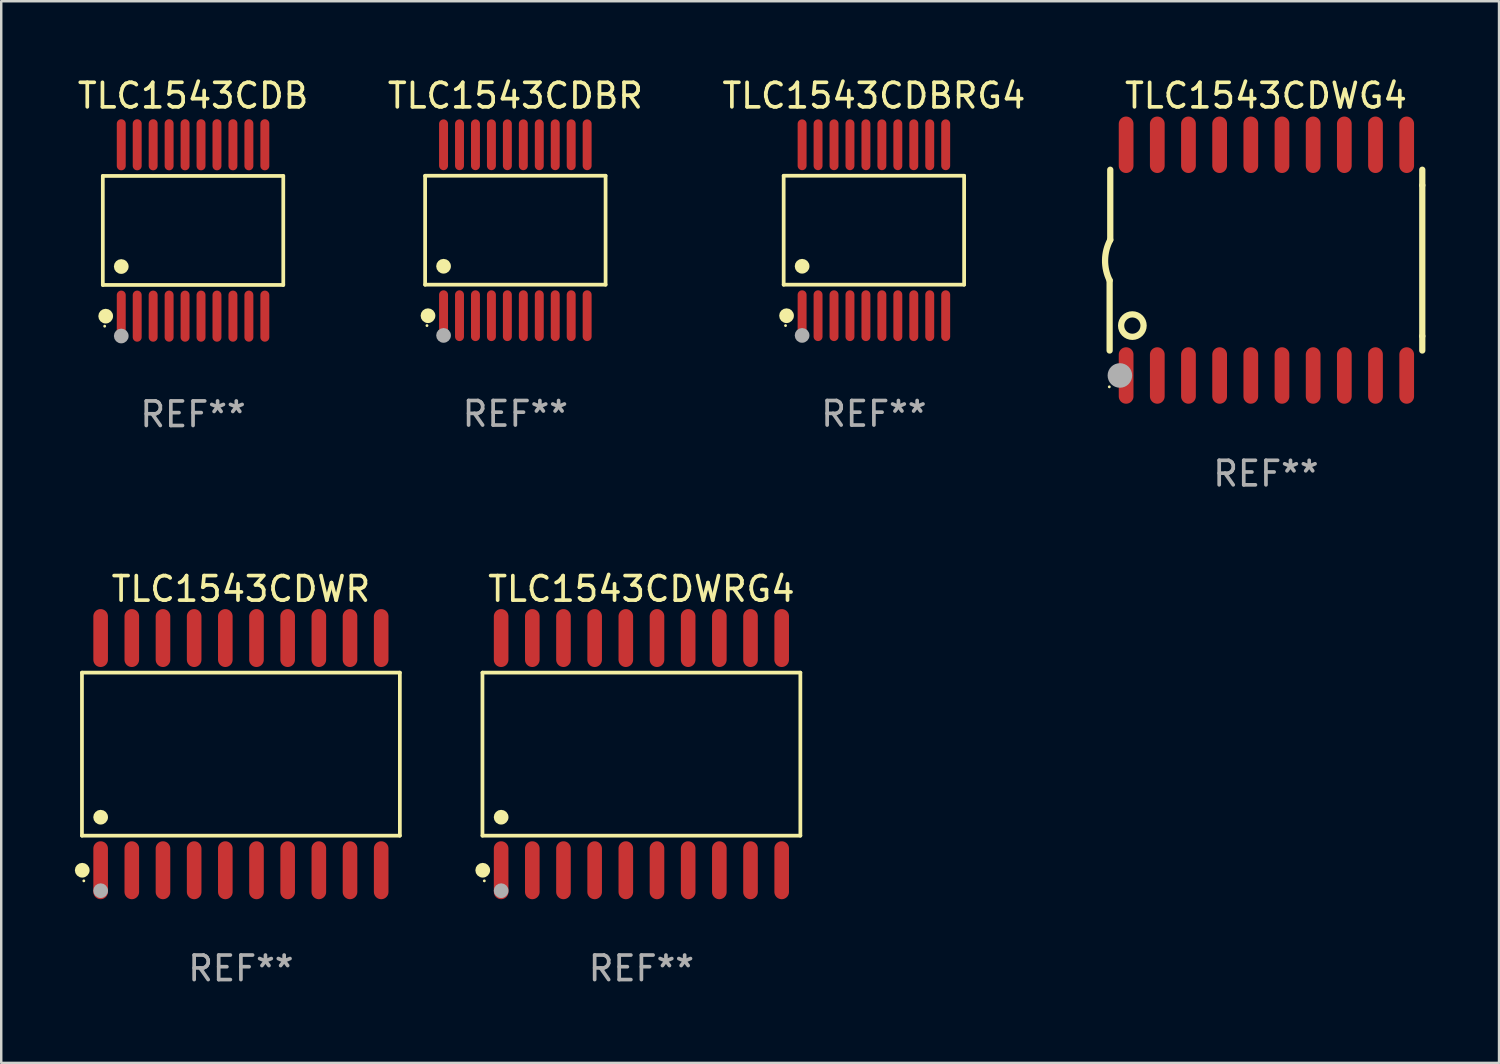
<source format=kicad_pcb>
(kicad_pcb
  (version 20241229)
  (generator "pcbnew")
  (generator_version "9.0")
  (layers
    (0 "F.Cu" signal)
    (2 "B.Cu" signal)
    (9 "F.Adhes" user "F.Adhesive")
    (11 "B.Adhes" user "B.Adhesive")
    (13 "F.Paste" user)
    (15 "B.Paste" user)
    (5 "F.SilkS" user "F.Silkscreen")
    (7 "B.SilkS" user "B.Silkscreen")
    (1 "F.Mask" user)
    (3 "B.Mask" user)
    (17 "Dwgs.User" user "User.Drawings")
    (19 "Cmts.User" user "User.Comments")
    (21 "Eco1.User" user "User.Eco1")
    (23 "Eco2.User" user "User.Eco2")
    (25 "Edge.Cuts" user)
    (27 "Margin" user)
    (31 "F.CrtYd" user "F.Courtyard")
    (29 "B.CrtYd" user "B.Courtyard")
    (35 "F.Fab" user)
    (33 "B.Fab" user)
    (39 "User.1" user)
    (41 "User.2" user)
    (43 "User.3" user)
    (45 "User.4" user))
  (footprint "TLC1543CDBRG4"
    (layer "F.Cu")
    (at 32.554 6.33)
    (property "Reference" "TLC1543CDBRG4" (at 0 -5.482 0) (layer "F.SilkS") (effects (font (size 1 1) (thickness 0.15))))
    (attr through_hole)
    (fp_line (start -3.676 -2.219) (end 3.676 -2.219) (stroke (width 0.152) (type solid)) (layer "F.SilkS"))
    (fp_line (start -3.676 2.219) (end -3.676 -2.219) (stroke (width 0.152) (type solid)) (layer "F.SilkS"))
    (fp_line (start 3.676 -2.219) (end 3.676 2.219) (stroke (width 0.152) (type solid)) (layer "F.SilkS"))
    (fp_line (start 3.676 2.219) (end -3.676 2.219) (stroke (width 0.152) (type solid)) (layer "F.SilkS"))
    (fp_circle (center -3.6 3.885) (end -3.57 3.885) (stroke (width 0.06) (type solid)) (fill no) (layer "F.SilkS"))
    (fp_circle (center -3.559 3.482) (end -3.409 3.482) (stroke (width 0.3) (type solid)) (fill no) (layer "F.SilkS"))
    (fp_circle (center -2.925 1.467) (end -2.775 1.467) (stroke (width 0.3) (type solid)) (fill no) (layer "F.SilkS"))
    (fp_circle (center -2.925 4.285) (end -2.775 4.285) (stroke (width 0.3) (type solid)) (fill no) (layer "F.Fab"))
    (fp_text user "REF**" (at 0 7.482 0) (layer "F.Fab") (effects (font (size 1 1) (thickness 0.15))))
    (pad "1" smd oval (at -2.925 3.482) (size 0.364 2.069) (layers "F.Cu" "F.Mask" "F.Paste"))
    (pad "2" smd oval (at -2.275 3.482) (size 0.364 2.069) (layers "F.Cu" "F.Mask" "F.Paste"))
    (pad "3" smd oval (at -1.625 3.482) (size 0.364 2.069) (layers "F.Cu" "F.Mask" "F.Paste"))
    (pad "4" smd oval (at -0.975 3.482) (size 0.364 2.069) (layers "F.Cu" "F.Mask" "F.Paste"))
    (pad "5" smd oval (at -0.325 3.482) (size 0.364 2.069) (layers "F.Cu" "F.Mask" "F.Paste"))
    (pad "6" smd oval (at 0.325 3.482) (size 0.364 2.069) (layers "F.Cu" "F.Mask" "F.Paste"))
    (pad "7" smd oval (at 0.975 3.482) (size 0.364 2.069) (layers "F.Cu" "F.Mask" "F.Paste"))
    (pad "8" smd oval (at 1.625 3.482) (size 0.364 2.069) (layers "F.Cu" "F.Mask" "F.Paste"))
    (pad "9" smd oval (at 2.275 3.482) (size 0.364 2.069) (layers "F.Cu" "F.Mask" "F.Paste"))
    (pad "10" smd oval (at 2.925 3.482) (size 0.364 2.069) (layers "F.Cu" "F.Mask" "F.Paste"))
    (pad "11" smd oval (at 2.925 -3.482) (size 0.364 2.069) (layers "F.Cu" "F.Mask" "F.Paste"))
    (pad "12" smd oval (at 2.275 -3.482) (size 0.364 2.069) (layers "F.Cu" "F.Mask" "F.Paste"))
    (pad "13" smd oval (at 1.625 -3.482) (size 0.364 2.069) (layers "F.Cu" "F.Mask" "F.Paste"))
    (pad "14" smd oval (at 0.975 -3.482) (size 0.364 2.069) (layers "F.Cu" "F.Mask" "F.Paste"))
    (pad "15" smd oval (at 0.325 -3.482) (size 0.364 2.069) (layers "F.Cu" "F.Mask" "F.Paste"))
    (pad "16" smd oval (at -0.325 -3.482) (size 0.364 2.069) (layers "F.Cu" "F.Mask" "F.Paste"))
    (pad "17" smd oval (at -0.975 -3.482) (size 0.364 2.069) (layers "F.Cu" "F.Mask" "F.Paste"))
    (pad "18" smd oval (at -1.625 -3.482) (size 0.364 2.069) (layers "F.Cu" "F.Mask" "F.Paste"))
    (pad "19" smd oval (at -2.275 -3.482) (size 0.364 2.069) (layers "F.Cu" "F.Mask" "F.Paste"))
    (pad "20" smd oval (at -2.925 -3.482) (size 0.364 2.069) (layers "F.Cu" "F.Mask" "F.Paste")))
  (footprint "TLC1543CDBR"
    (layer "F.Cu")
    (at 17.946 6.33)
    (property "Reference" "TLC1543CDBR" (at 0 -5.482 0) (layer "F.SilkS") (effects (font (size 1 1) (thickness 0.15))))
    (attr through_hole)
    (fp_line (start -3.676 -2.219) (end 3.676 -2.219) (stroke (width 0.152) (type solid)) (layer "F.SilkS"))
    (fp_line (start -3.676 2.219) (end -3.676 -2.219) (stroke (width 0.152) (type solid)) (layer "F.SilkS"))
    (fp_line (start 3.676 -2.219) (end 3.676 2.219) (stroke (width 0.152) (type solid)) (layer "F.SilkS"))
    (fp_line (start 3.676 2.219) (end -3.676 2.219) (stroke (width 0.152) (type solid)) (layer "F.SilkS"))
    (fp_circle (center -3.6 3.885) (end -3.57 3.885) (stroke (width 0.06) (type solid)) (fill no) (layer "F.SilkS"))
    (fp_circle (center -3.559 3.482) (end -3.409 3.482) (stroke (width 0.3) (type solid)) (fill no) (layer "F.SilkS"))
    (fp_circle (center -2.925 1.467) (end -2.775 1.467) (stroke (width 0.3) (type solid)) (fill no) (layer "F.SilkS"))
    (fp_circle (center -2.925 4.285) (end -2.775 4.285) (stroke (width 0.3) (type solid)) (fill no) (layer "F.Fab"))
    (fp_text user "REF**" (at 0 7.482 0) (layer "F.Fab") (effects (font (size 1 1) (thickness 0.15))))
    (pad "1" smd oval (at -2.925 3.482) (size 0.364 2.069) (layers "F.Cu" "F.Mask" "F.Paste"))
    (pad "2" smd oval (at -2.275 3.482) (size 0.364 2.069) (layers "F.Cu" "F.Mask" "F.Paste"))
    (pad "3" smd oval (at -1.625 3.482) (size 0.364 2.069) (layers "F.Cu" "F.Mask" "F.Paste"))
    (pad "4" smd oval (at -0.975 3.482) (size 0.364 2.069) (layers "F.Cu" "F.Mask" "F.Paste"))
    (pad "5" smd oval (at -0.325 3.482) (size 0.364 2.069) (layers "F.Cu" "F.Mask" "F.Paste"))
    (pad "6" smd oval (at 0.325 3.482) (size 0.364 2.069) (layers "F.Cu" "F.Mask" "F.Paste"))
    (pad "7" smd oval (at 0.975 3.482) (size 0.364 2.069) (layers "F.Cu" "F.Mask" "F.Paste"))
    (pad "8" smd oval (at 1.625 3.482) (size 0.364 2.069) (layers "F.Cu" "F.Mask" "F.Paste"))
    (pad "9" smd oval (at 2.275 3.482) (size 0.364 2.069) (layers "F.Cu" "F.Mask" "F.Paste"))
    (pad "10" smd oval (at 2.925 3.482) (size 0.364 2.069) (layers "F.Cu" "F.Mask" "F.Paste"))
    (pad "11" smd oval (at 2.925 -3.482) (size 0.364 2.069) (layers "F.Cu" "F.Mask" "F.Paste"))
    (pad "12" smd oval (at 2.275 -3.482) (size 0.364 2.069) (layers "F.Cu" "F.Mask" "F.Paste"))
    (pad "13" smd oval (at 1.625 -3.482) (size 0.364 2.069) (layers "F.Cu" "F.Mask" "F.Paste"))
    (pad "14" smd oval (at 0.975 -3.482) (size 0.364 2.069) (layers "F.Cu" "F.Mask" "F.Paste"))
    (pad "15" smd oval (at 0.325 -3.482) (size 0.364 2.069) (layers "F.Cu" "F.Mask" "F.Paste"))
    (pad "16" smd oval (at -0.325 -3.482) (size 0.364 2.069) (layers "F.Cu" "F.Mask" "F.Paste"))
    (pad "17" smd oval (at -0.975 -3.482) (size 0.364 2.069) (layers "F.Cu" "F.Mask" "F.Paste"))
    (pad "18" smd oval (at -1.625 -3.482) (size 0.364 2.069) (layers "F.Cu" "F.Mask" "F.Paste"))
    (pad "19" smd oval (at -2.275 -3.482) (size 0.364 2.069) (layers "F.Cu" "F.Mask" "F.Paste"))
    (pad "20" smd oval (at -2.925 -3.482) (size 0.364 2.069) (layers "F.Cu" "F.Mask" "F.Paste")))
  (footprint "TLC1543CDWRG4"
    (layer "F.Cu")
    (at 23.082 27.675)
    (property "Reference" "TLC1543CDWRG4" (at 0 -6.73 0) (layer "F.SilkS") (effects (font (size 1 1) (thickness 0.15))))
    (attr through_hole)
    (fp_line (start -6.476 -3.321) (end 6.476 -3.321) (stroke (width 0.152) (type solid)) (layer "F.SilkS"))
    (fp_line (start -6.476 3.321) (end -6.476 -3.321) (stroke (width 0.152) (type solid)) (layer "F.SilkS"))
    (fp_line (start 6.476 -3.321) (end 6.476 3.321) (stroke (width 0.152) (type solid)) (layer "F.SilkS"))
    (fp_line (start 6.476 3.321) (end -6.476 3.321) (stroke (width 0.152) (type solid)) (layer "F.SilkS"))
    (fp_circle (center -6.465 4.73) (end -6.315 4.73) (stroke (width 0.3) (type solid)) (fill no) (layer "F.SilkS"))
    (fp_circle (center -6.4 5.163) (end -6.37 5.163) (stroke (width 0.06) (type solid)) (fill no) (layer "F.SilkS"))
    (fp_circle (center -5.715 2.569) (end -5.565 2.569) (stroke (width 0.3) (type solid)) (fill no) (layer "F.SilkS"))
    (fp_circle (center -5.715 5.563) (end -5.565 5.563) (stroke (width 0.3) (type solid)) (fill no) (layer "F.Fab"))
    (fp_text user "REF**" (at 0 8.73 0) (layer "F.Fab") (effects (font (size 1 1) (thickness 0.15))))
    (pad "1" smd oval (at -5.715 4.73) (size 0.595 2.36) (layers "F.Cu" "F.Mask" "F.Paste"))
    (pad "2" smd oval (at -4.445 4.73) (size 0.595 2.36) (layers "F.Cu" "F.Mask" "F.Paste"))
    (pad "3" smd oval (at -3.175 4.73) (size 0.595 2.36) (layers "F.Cu" "F.Mask" "F.Paste"))
    (pad "4" smd oval (at -1.905 4.73) (size 0.595 2.36) (layers "F.Cu" "F.Mask" "F.Paste"))
    (pad "5" smd oval (at -0.635 4.73) (size 0.595 2.36) (layers "F.Cu" "F.Mask" "F.Paste"))
    (pad "6" smd oval (at 0.635 4.73) (size 0.595 2.36) (layers "F.Cu" "F.Mask" "F.Paste"))
    (pad "7" smd oval (at 1.905 4.73) (size 0.595 2.36) (layers "F.Cu" "F.Mask" "F.Paste"))
    (pad "8" smd oval (at 3.175 4.73) (size 0.595 2.36) (layers "F.Cu" "F.Mask" "F.Paste"))
    (pad "9" smd oval (at 4.445 4.73) (size 0.595 2.36) (layers "F.Cu" "F.Mask" "F.Paste"))
    (pad "10" smd oval (at 5.715 4.73) (size 0.595 2.36) (layers "F.Cu" "F.Mask" "F.Paste"))
    (pad "11" smd oval (at 5.715 -4.73) (size 0.595 2.36) (layers "F.Cu" "F.Mask" "F.Paste"))
    (pad "12" smd oval (at 4.445 -4.73) (size 0.595 2.36) (layers "F.Cu" "F.Mask" "F.Paste"))
    (pad "13" smd oval (at 3.175 -4.73) (size 0.595 2.36) (layers "F.Cu" "F.Mask" "F.Paste"))
    (pad "14" smd oval (at 1.905 -4.73) (size 0.595 2.36) (layers "F.Cu" "F.Mask" "F.Paste"))
    (pad "15" smd oval (at 0.635 -4.73) (size 0.595 2.36) (layers "F.Cu" "F.Mask" "F.Paste"))
    (pad "16" smd oval (at -0.635 -4.73) (size 0.595 2.36) (layers "F.Cu" "F.Mask" "F.Paste"))
    (pad "17" smd oval (at -1.905 -4.73) (size 0.595 2.36) (layers "F.Cu" "F.Mask" "F.Paste"))
    (pad "18" smd oval (at -3.175 -4.73) (size 0.595 2.36) (layers "F.Cu" "F.Mask" "F.Paste"))
    (pad "19" smd oval (at -4.445 -4.73) (size 0.595 2.36) (layers "F.Cu" "F.Mask" "F.Paste"))
    (pad "20" smd oval (at -5.715 -4.73) (size 0.595 2.36) (layers "F.Cu" "F.Mask" "F.Paste")))
  (footprint "TLC1543CDB"
    (layer "F.Cu")
    (at 4.815 6.339)
    (property "Reference" "TLC1543CDB" (at 0 -5.491 0) (layer "F.SilkS") (effects (font (size 1 1) (thickness 0.15))))
    (attr through_hole)
    (fp_line (start -3.676 -2.221) (end 3.676 -2.221) (stroke (width 0.152) (type solid)) (layer "F.SilkS"))
    (fp_line (start -3.676 2.221) (end -3.676 -2.221) (stroke (width 0.152) (type solid)) (layer "F.SilkS"))
    (fp_line (start 3.676 -2.221) (end 3.676 2.221) (stroke (width 0.152) (type solid)) (layer "F.SilkS"))
    (fp_line (start 3.676 2.221) (end -3.676 2.221) (stroke (width 0.152) (type solid)) (layer "F.SilkS"))
    (fp_circle (center -3.6 3.9) (end -3.57 3.9) (stroke (width 0.06) (type solid)) (fill no) (layer "F.SilkS"))
    (fp_circle (center -3.559 3.491) (end -3.409 3.491) (stroke (width 0.3) (type solid)) (fill no) (layer "F.SilkS"))
    (fp_circle (center -2.925 1.469) (end -2.775 1.469) (stroke (width 0.3) (type solid)) (fill no) (layer "F.SilkS"))
    (fp_circle (center -2.925 4.3) (end -2.775 4.3) (stroke (width 0.3) (type solid)) (fill no) (layer "F.Fab"))
    (fp_text user "REF**" (at 0 7.491 0) (layer "F.Fab") (effects (font (size 1 1) (thickness 0.15))))
    (pad "1" smd oval (at -2.925 3.491) (size 0.364 2.082) (layers "F.Cu" "F.Mask" "F.Paste"))
    (pad "2" smd oval (at -2.275 3.491) (size 0.364 2.082) (layers "F.Cu" "F.Mask" "F.Paste"))
    (pad "3" smd oval (at -1.625 3.491) (size 0.364 2.082) (layers "F.Cu" "F.Mask" "F.Paste"))
    (pad "4" smd oval (at -0.975 3.491) (size 0.364 2.082) (layers "F.Cu" "F.Mask" "F.Paste"))
    (pad "5" smd oval (at -0.325 3.491) (size 0.364 2.082) (layers "F.Cu" "F.Mask" "F.Paste"))
    (pad "6" smd oval (at 0.325 3.491) (size 0.364 2.082) (layers "F.Cu" "F.Mask" "F.Paste"))
    (pad "7" smd oval (at 0.975 3.491) (size 0.364 2.082) (layers "F.Cu" "F.Mask" "F.Paste"))
    (pad "8" smd oval (at 1.625 3.491) (size 0.364 2.082) (layers "F.Cu" "F.Mask" "F.Paste"))
    (pad "9" smd oval (at 2.275 3.491) (size 0.364 2.082) (layers "F.Cu" "F.Mask" "F.Paste"))
    (pad "10" smd oval (at 2.925 3.491) (size 0.364 2.082) (layers "F.Cu" "F.Mask" "F.Paste"))
    (pad "11" smd oval (at 2.925 -3.491) (size 0.364 2.082) (layers "F.Cu" "F.Mask" "F.Paste"))
    (pad "12" smd oval (at 2.275 -3.491) (size 0.364 2.082) (layers "F.Cu" "F.Mask" "F.Paste"))
    (pad "13" smd oval (at 1.625 -3.491) (size 0.364 2.082) (layers "F.Cu" "F.Mask" "F.Paste"))
    (pad "14" smd oval (at 0.975 -3.491) (size 0.364 2.082) (layers "F.Cu" "F.Mask" "F.Paste"))
    (pad "15" smd oval (at 0.325 -3.491) (size 0.364 2.082) (layers "F.Cu" "F.Mask" "F.Paste"))
    (pad "16" smd oval (at -0.325 -3.491) (size 0.364 2.082) (layers "F.Cu" "F.Mask" "F.Paste"))
    (pad "17" smd oval (at -0.975 -3.491) (size 0.364 2.082) (layers "F.Cu" "F.Mask" "F.Paste"))
    (pad "18" smd oval (at -1.625 -3.491) (size 0.364 2.082) (layers "F.Cu" "F.Mask" "F.Paste"))
    (pad "19" smd oval (at -2.275 -3.491) (size 0.364 2.082) (layers "F.Cu" "F.Mask" "F.Paste"))
    (pad "20" smd oval (at -2.925 -3.491) (size 0.364 2.082) (layers "F.Cu" "F.Mask" "F.Paste")))
  (footprint "TLC1543CDWR"
    (layer "F.Cu")
    (at 6.765 27.675)
    (property "Reference" "TLC1543CDWR" (at 0 -6.73 0) (layer "F.SilkS") (effects (font (size 1 1) (thickness 0.15))))
    (attr through_hole)
    (fp_line (start -6.476 -3.321) (end 6.476 -3.321) (stroke (width 0.152) (type solid)) (layer "F.SilkS"))
    (fp_line (start -6.476 3.321) (end -6.476 -3.321) (stroke (width 0.152) (type solid)) (layer "F.SilkS"))
    (fp_line (start 6.476 -3.321) (end 6.476 3.321) (stroke (width 0.152) (type solid)) (layer "F.SilkS"))
    (fp_line (start 6.476 3.321) (end -6.476 3.321) (stroke (width 0.152) (type solid)) (layer "F.SilkS"))
    (fp_circle (center -6.465 4.73) (end -6.315 4.73) (stroke (width 0.3) (type solid)) (fill no) (layer "F.SilkS"))
    (fp_circle (center -6.4 5.163) (end -6.37 5.163) (stroke (width 0.06) (type solid)) (fill no) (layer "F.SilkS"))
    (fp_circle (center -5.715 2.569) (end -5.565 2.569) (stroke (width 0.3) (type solid)) (fill no) (layer "F.SilkS"))
    (fp_circle (center -5.715 5.563) (end -5.565 5.563) (stroke (width 0.3) (type solid)) (fill no) (layer "F.Fab"))
    (fp_text user "REF**" (at 0 8.73 0) (layer "F.Fab") (effects (font (size 1 1) (thickness 0.15))))
    (pad "1" smd oval (at -5.715 4.73) (size 0.595 2.36) (layers "F.Cu" "F.Mask" "F.Paste"))
    (pad "2" smd oval (at -4.445 4.73) (size 0.595 2.36) (layers "F.Cu" "F.Mask" "F.Paste"))
    (pad "3" smd oval (at -3.175 4.73) (size 0.595 2.36) (layers "F.Cu" "F.Mask" "F.Paste"))
    (pad "4" smd oval (at -1.905 4.73) (size 0.595 2.36) (layers "F.Cu" "F.Mask" "F.Paste"))
    (pad "5" smd oval (at -0.635 4.73) (size 0.595 2.36) (layers "F.Cu" "F.Mask" "F.Paste"))
    (pad "6" smd oval (at 0.635 4.73) (size 0.595 2.36) (layers "F.Cu" "F.Mask" "F.Paste"))
    (pad "7" smd oval (at 1.905 4.73) (size 0.595 2.36) (layers "F.Cu" "F.Mask" "F.Paste"))
    (pad "8" smd oval (at 3.175 4.73) (size 0.595 2.36) (layers "F.Cu" "F.Mask" "F.Paste"))
    (pad "9" smd oval (at 4.445 4.73) (size 0.595 2.36) (layers "F.Cu" "F.Mask" "F.Paste"))
    (pad "10" smd oval (at 5.715 4.73) (size 0.595 2.36) (layers "F.Cu" "F.Mask" "F.Paste"))
    (pad "11" smd oval (at 5.715 -4.73) (size 0.595 2.36) (layers "F.Cu" "F.Mask" "F.Paste"))
    (pad "12" smd oval (at 4.445 -4.73) (size 0.595 2.36) (layers "F.Cu" "F.Mask" "F.Paste"))
    (pad "13" smd oval (at 3.175 -4.73) (size 0.595 2.36) (layers "F.Cu" "F.Mask" "F.Paste"))
    (pad "14" smd oval (at 1.905 -4.73) (size 0.595 2.36) (layers "F.Cu" "F.Mask" "F.Paste"))
    (pad "15" smd oval (at 0.635 -4.73) (size 0.595 2.36) (layers "F.Cu" "F.Mask" "F.Paste"))
    (pad "16" smd oval (at -0.635 -4.73) (size 0.595 2.36) (layers "F.Cu" "F.Mask" "F.Paste"))
    (pad "17" smd oval (at -1.905 -4.73) (size 0.595 2.36) (layers "F.Cu" "F.Mask" "F.Paste"))
    (pad "18" smd oval (at -3.175 -4.73) (size 0.595 2.36) (layers "F.Cu" "F.Mask" "F.Paste"))
    (pad "19" smd oval (at -4.445 -4.73) (size 0.595 2.36) (layers "F.Cu" "F.Mask" "F.Paste"))
    (pad "20" smd oval (at -5.715 -4.73) (size 0.595 2.36) (layers "F.Cu" "F.Mask" "F.Paste")))
  (footprint "TLC1543CDWG4"
    (layer "F.Cu")
    (at 48.527 7.548)
    (property "Reference" "TLC1543CDWG4" (at 0 -6.7 0) (layer "F.SilkS") (effects (font (size 1 1) (thickness 0.15))))
    (attr through_hole)
    (fp_line (start -6.369 0.826) (end -6.369 3.683) (stroke (width 0.254) (type solid)) (layer "F.SilkS"))
    (fp_line (start -6.343 -0.825) (end -6.343 -3.683) (stroke (width 0.254) (type solid)) (layer "F.SilkS"))
    (fp_line (start 6.369 -3.048) (end 6.369 -3.683) (stroke (width 0.254) (type solid)) (layer "F.SilkS"))
    (fp_line (start 6.369 -3.048) (end 6.369 3.096) (stroke (width 0.254) (type solid)) (layer "F.SilkS"))
    (fp_line (start 6.369 3.096) (end 6.369 3.683) (stroke (width 0.254) (type solid)) (layer "F.SilkS"))
    (fp_arc (start -6.36853 0.825552) (mid -6.554743 -0.00301) (end -6.343129 -0.825451) (stroke (width 0.254001) (type solid)) (layer "F.SilkS"))
    (fp_circle (center -6.382 5.163) (end -6.352 5.163) (stroke (width 0.06) (type solid)) (fill no) (layer "F.SilkS"))
    (fp_circle (center -5.443 2.667) (end -4.985 2.667) (stroke (width 0.254) (type solid)) (fill no) (layer "F.SilkS"))
    (fp_circle (center -5.951 4.699) (end -5.701 4.699) (stroke (width 0.5) (type solid)) (fill no) (layer "F.Fab"))
    (fp_text user "REF**" (at 0 8.7 0) (layer "F.Fab") (effects (font (size 1 1) (thickness 0.15))))
    (pad "1" smd oval (at -5.697 4.7 180) (size 0.6 2.3) (layers "F.Cu" "F.Mask" "F.Paste"))
    (pad "2" smd oval (at -4.427 4.7 180) (size 0.6 2.3) (layers "F.Cu" "F.Mask" "F.Paste"))
    (pad "3" smd oval (at -3.157 4.7 180) (size 0.6 2.3) (layers "F.Cu" "F.Mask" "F.Paste"))
    (pad "4" smd oval (at -1.887 4.7 180) (size 0.6 2.3) (layers "F.Cu" "F.Mask" "F.Paste"))
    (pad "5" smd oval (at -0.617 4.7 180) (size 0.6 2.3) (layers "F.Cu" "F.Mask" "F.Paste"))
    (pad "6" smd oval (at 0.653 4.7 180) (size 0.6 2.3) (layers "F.Cu" "F.Mask" "F.Paste"))
    (pad "7" smd oval (at 1.923 4.7 180) (size 0.6 2.3) (layers "F.Cu" "F.Mask" "F.Paste"))
    (pad "8" smd oval (at 3.193 4.7 180) (size 0.6 2.3) (layers "F.Cu" "F.Mask" "F.Paste"))
    (pad "9" smd oval (at 4.463 4.7 180) (size 0.6 2.3) (layers "F.Cu" "F.Mask" "F.Paste"))
    (pad "10" smd oval (at 5.734 4.7 180) (size 0.6 2.3) (layers "F.Cu" "F.Mask" "F.Paste"))
    (pad "11" smd oval (at 5.734 -4.7 180) (size 0.6 2.3) (layers "F.Cu" "F.Mask" "F.Paste"))
    (pad "12" smd oval (at 4.463 -4.7 180) (size 0.6 2.3) (layers "F.Cu" "F.Mask" "F.Paste"))
    (pad "13" smd oval (at 3.193 -4.7 180) (size 0.6 2.3) (layers "F.Cu" "F.Mask" "F.Paste"))
    (pad "14" smd oval (at 1.923 -4.7 180) (size 0.6 2.3) (layers "F.Cu" "F.Mask" "F.Paste"))
    (pad "15" smd oval (at 0.653 -4.7 180) (size 0.6 2.3) (layers "F.Cu" "F.Mask" "F.Paste"))
    (pad "16" smd oval (at -0.617 -4.7 180) (size 0.6 2.3) (layers "F.Cu" "F.Mask" "F.Paste"))
    (pad "17" smd oval (at -1.887 -4.7 180) (size 0.6 2.3) (layers "F.Cu" "F.Mask" "F.Paste"))
    (pad "18" smd oval (at -3.157 -4.7 180) (size 0.6 2.3) (layers "F.Cu" "F.Mask" "F.Paste"))
    (pad "19" smd oval (at -4.427 -4.7 180) (size 0.6 2.3) (layers "F.Cu" "F.Mask" "F.Paste"))
    (pad "20" smd oval (at -5.697 -4.7 180) (size 0.6 2.3) (layers "F.Cu" "F.Mask" "F.Paste")))
  (gr_rect
    (start -3 -3)
    (end 58.023 40.253)
    (stroke (width 0.1) (type default))
    (fill no)
    (layer "Edge.Cuts")))
</source>
